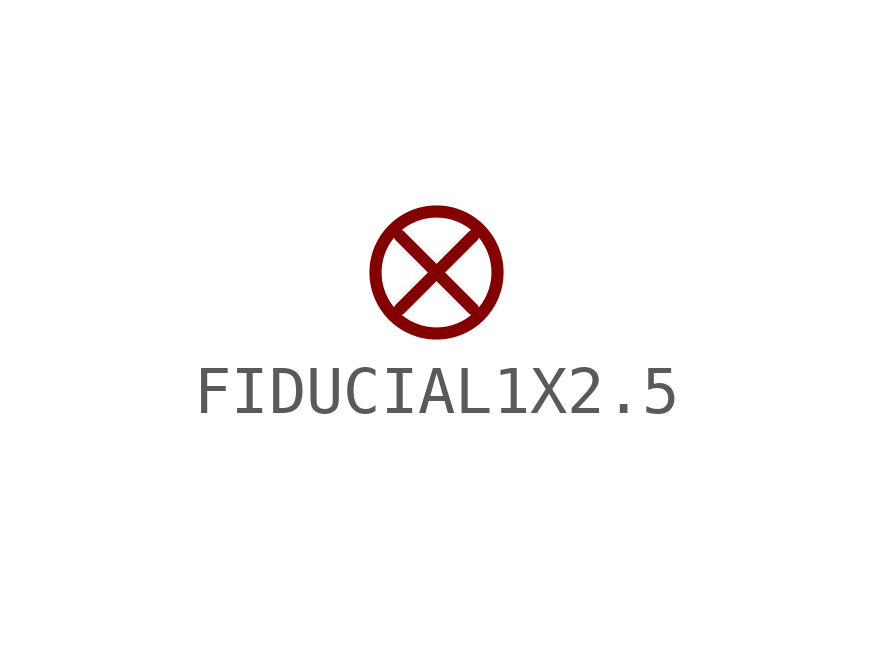
<source format=kicad_sym>
(kicad_symbol_lib
  (version 20211014)
  (generator kicad_symbol_editor)
  (symbol "FIDUCIAL1X2.5"
    (property "Reference" ""
      (at 0 0 0)
      (effects (font (size 1.27 1.27)) hide))
    (property "ki_locked" ""
      (at 0 0 0)
      (effects (font (size 1.27 1.27))))
    (symbol "FIDUCIAL1X2.5_1_0"
      (polyline (pts (xy -0.762 0.762) (xy 0.762 -0.762)) (stroke (width 0.254) (type default) (color 0 0 0 0)) (fill (type none)))
      (polyline (pts (xy 0.762 0.762) (xy -0.762 -0.762)) (stroke (width 0.254) (type default) (color 0 0 0 0)) (fill (type none)))
      (circle (center 0 0) (radius 1.27) (stroke (width 0.254) (type default) (color 0 0 0 0)) (fill (type none))))))
</source>
